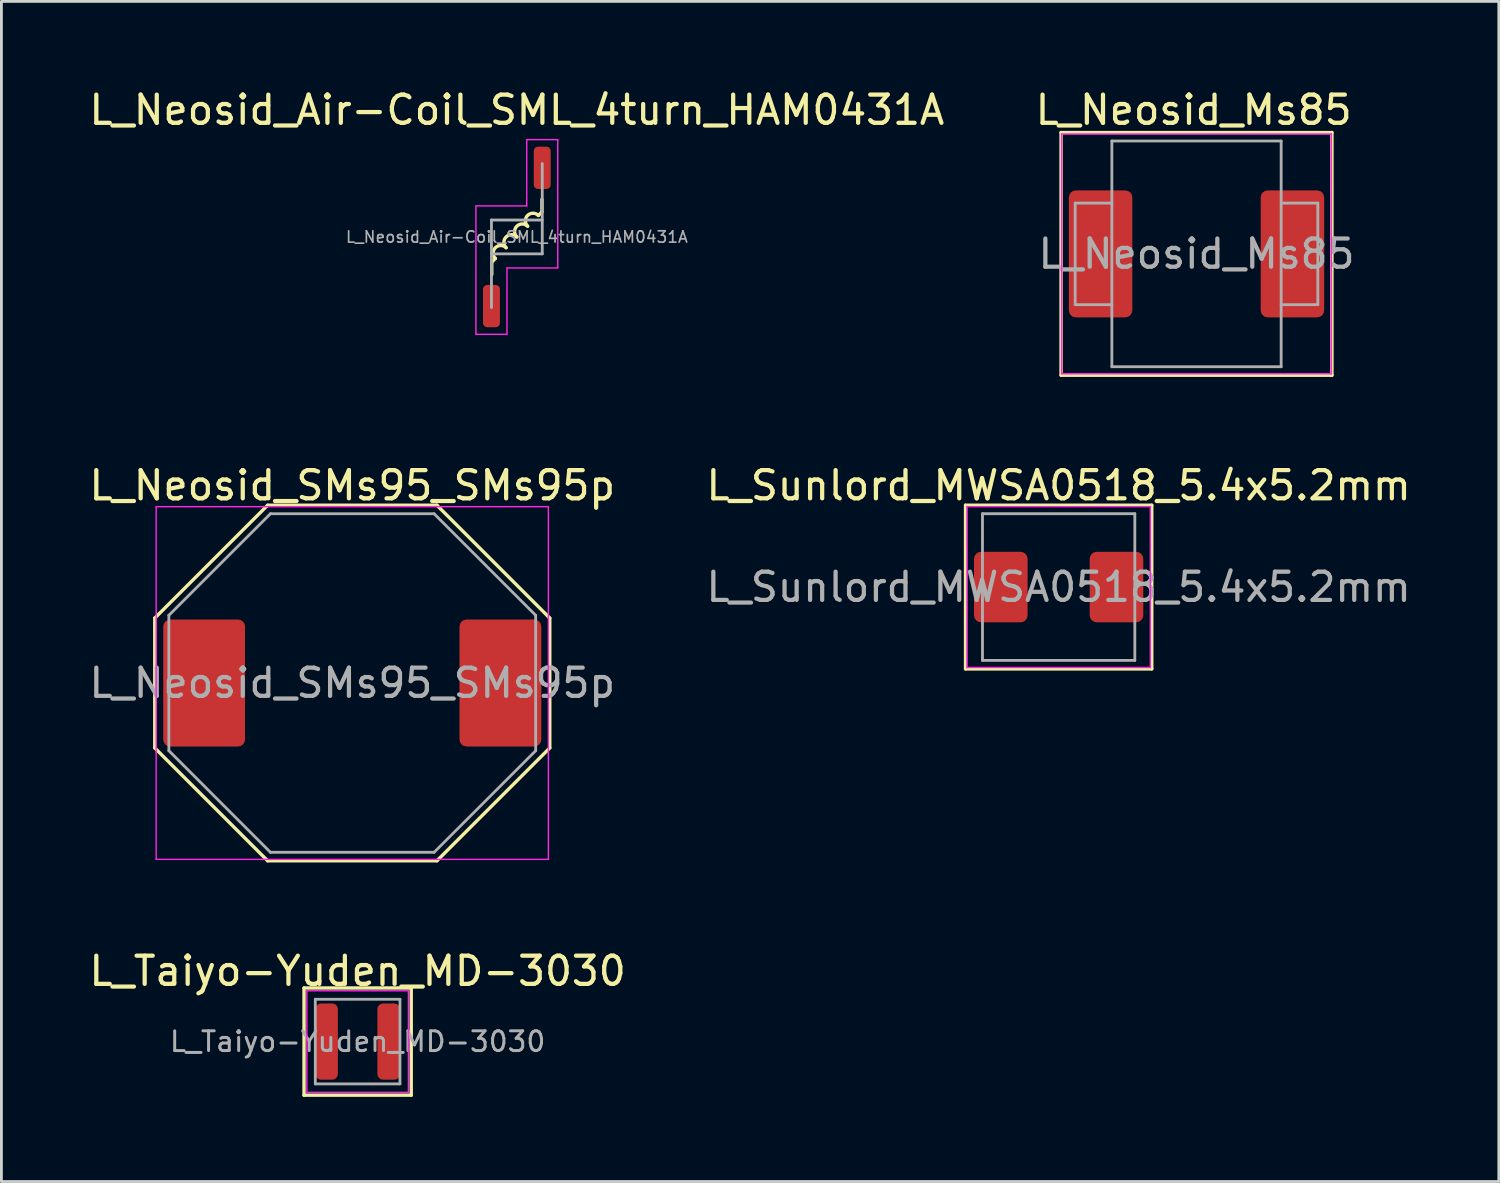
<source format=kicad_pcb>
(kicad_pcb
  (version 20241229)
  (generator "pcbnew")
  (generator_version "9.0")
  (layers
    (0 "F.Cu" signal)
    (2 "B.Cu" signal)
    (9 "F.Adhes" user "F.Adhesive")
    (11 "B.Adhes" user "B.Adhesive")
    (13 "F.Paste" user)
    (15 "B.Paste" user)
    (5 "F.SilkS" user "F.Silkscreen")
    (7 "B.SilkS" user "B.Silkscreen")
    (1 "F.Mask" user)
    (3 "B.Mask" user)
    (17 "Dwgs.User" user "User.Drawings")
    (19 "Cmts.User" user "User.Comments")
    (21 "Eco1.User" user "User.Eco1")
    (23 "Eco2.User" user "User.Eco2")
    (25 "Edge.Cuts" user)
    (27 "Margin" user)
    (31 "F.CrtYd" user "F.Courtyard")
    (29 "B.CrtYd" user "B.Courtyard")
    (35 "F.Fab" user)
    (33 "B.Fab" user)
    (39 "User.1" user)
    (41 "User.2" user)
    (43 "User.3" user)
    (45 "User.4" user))
  (footprint "L_Sunlord_MWSA0518_5.4x5.2mm"
    (layer "F.Cu")
    (at 34.47 17.756)
    (property "Reference" "L_Sunlord_MWSA0518_5.4x5.2mm" (at 0 -3.6 0) (layer "F.SilkS") (effects (font (size 1 1) (thickness 0.15))))
    (attr smd)
    (fp_line (start -3.3 -2.9) (end -3.3 2.9) (stroke (width 0.12) (type solid)) (layer "F.SilkS"))
    (fp_line (start -3.3 2.9) (end 3.3 2.9) (stroke (width 0.12) (type solid)) (layer "F.SilkS"))
    (fp_line (start 3.3 -2.9) (end -3.3 -2.9) (stroke (width 0.12) (type solid)) (layer "F.SilkS"))
    (fp_line (start 3.3 2.9) (end 3.3 -2.9) (stroke (width 0.12) (type solid)) (layer "F.SilkS"))
    (fp_line (start -3.25 -2.85) (end 3.25 -2.85) (stroke (width 0.05) (type solid)) (layer "F.CrtYd"))
    (fp_line (start -3.25 2.85) (end -3.25 -2.85) (stroke (width 0.05) (type solid)) (layer "F.CrtYd"))
    (fp_line (start 3.25 -2.85) (end 3.25 2.85) (stroke (width 0.05) (type solid)) (layer "F.CrtYd"))
    (fp_line (start 3.25 2.85) (end -3.25 2.85) (stroke (width 0.05) (type solid)) (layer "F.CrtYd"))
    (fp_line (start -2.7 -2.6) (end 2.7 -2.6) (stroke (width 0.1) (type solid)) (layer "F.Fab"))
    (fp_line (start -2.7 2.6) (end -2.7 -2.6) (stroke (width 0.1) (type solid)) (layer "F.Fab"))
    (fp_line (start 2.7 -2.6) (end 2.7 2.6) (stroke (width 0.1) (type solid)) (layer "F.Fab"))
    (fp_line (start 2.7 2.6) (end -2.7 2.6) (stroke (width 0.1) (type solid)) (layer "F.Fab"))
    (fp_text user "${REFERENCE}" (at 0 0 0) (layer "F.Fab") (effects (font (size 1 1) (thickness 0.15))))
    (pad "1" smd roundrect (at -2.05 0) (size 1.9 2.5) (layers "F.Cu" "F.Mask" "F.Paste") (roundrect_rratio 0.132))
    (pad "2" smd roundrect (at 2.05 0) (size 1.9 2.5) (layers "F.Cu" "F.Mask" "F.Paste") (roundrect_rratio 0.132)))
  (footprint "L_Neosid_Air-Coil_SML_4turn_HAM0431A"
    (layer "F.Cu")
    (at 15.268 5.348)
    (property "Reference" "L_Neosid_Air-Coil_SML_4turn_HAM0431A" (at 0 -4.5 0) (layer "F.SilkS") (effects (font (size 1 1) (thickness 0.15))))
    (attr smd)
    (fp_line (start -0.889 0.889) (end -0.762 0.762) (stroke (width 0.12) (type solid)) (layer "F.SilkS"))
    (fp_line (start -0.889 1.333) (end -0.889 0.889) (stroke (width 0.12) (type solid)) (layer "F.SilkS"))
    (fp_line (start 0.762 -0.762) (end 0.889 -0.889) (stroke (width 0.12) (type solid)) (layer "F.SilkS"))
    (fp_line (start 0.889 -0.889) (end 0.889 -1.333) (stroke (width 0.12) (type solid)) (layer "F.SilkS"))
    (fp_arc (start -0.761996 0.761996) (mid -0.761996 0.380998) (end -0.380998 0.380998) (stroke (width 0.12) (type solid)) (layer "F.SilkS"))
    (fp_arc (start -0.380998 0.380998) (mid -0.380998 0) (end 0 0) (stroke (width 0.12) (type solid)) (layer "F.SilkS"))
    (fp_arc (start 0.000002 -0.000002) (mid 0.000002 -0.381) (end 0.381 -0.381) (stroke (width 0.12) (type solid)) (layer "F.SilkS"))
    (fp_arc (start 0.381002 -0.381002) (mid 0.381002 -0.762) (end 0.762 -0.762) (stroke (width 0.12) (type solid)) (layer "F.SilkS"))
    (fp_line (start -1.45 -1.1) (end -1.45 3.45) (stroke (width 0.05) (type solid)) (layer "F.CrtYd"))
    (fp_line (start -1.45 3.45) (end -0.35 3.45) (stroke (width 0.05) (type solid)) (layer "F.CrtYd"))
    (fp_line (start -0.35 1.1) (end 1.45 1.1) (stroke (width 0.05) (type solid)) (layer "F.CrtYd"))
    (fp_line (start -0.35 3.45) (end -0.35 1.1) (stroke (width 0.05) (type solid)) (layer "F.CrtYd"))
    (fp_line (start 0.35 -3.45) (end 0.35 -1.1) (stroke (width 0.05) (type solid)) (layer "F.CrtYd"))
    (fp_line (start 0.35 -1.1) (end -1.45 -1.1) (stroke (width 0.05) (type solid)) (layer "F.CrtYd"))
    (fp_line (start 1.45 -3.45) (end 0.35 -3.45) (stroke (width 0.05) (type solid)) (layer "F.CrtYd"))
    (fp_line (start 1.45 1.1) (end 1.45 -3.45) (stroke (width 0.05) (type solid)) (layer "F.CrtYd"))
    (fp_line (start -0.9 -0.6) (end 0.9 -0.6) (stroke (width 0.1) (type solid)) (layer "F.Fab"))
    (fp_line (start -0.9 2.5) (end -0.9 -0.6) (stroke (width 0.1) (type solid)) (layer "F.Fab"))
    (fp_line (start 0.9 0.6) (end -0.9 0.6) (stroke (width 0.1) (type solid)) (layer "F.Fab"))
    (fp_line (start 0.9 0.6) (end 0.9 -2.6) (stroke (width 0.1) (type solid)) (layer "F.Fab"))
    (fp_text user "${REFERENCE}" (at 0 0 0) (layer "F.Fab") (effects (font (size 0.4 0.4) (thickness 0.06))))
    (pad "1" smd roundrect (at -0.9 2.45) (size 0.6 1.5) (layers "F.Cu" "F.Mask" "F.Paste") (roundrect_rratio 0.25))
    (pad "2" smd roundrect (at 0.9 -2.45) (size 0.6 1.5) (layers "F.Cu" "F.Mask" "F.Paste") (roundrect_rratio 0.25)))
  (footprint "L_Taiyo-Yuden_MD-3030"
    (layer "F.Cu")
    (at 9.625 33.865)
    (property "Reference" "L_Taiyo-Yuden_MD-3030" (at 0 -2.5 0) (layer "F.SilkS") (effects (font (size 1 1) (thickness 0.15))))
    (attr smd)
    (fp_line (start -1.9 -1.9) (end -1.9 1.9) (stroke (width 0.12) (type solid)) (layer "F.SilkS"))
    (fp_line (start -1.9 1.9) (end 1.9 1.9) (stroke (width 0.12) (type solid)) (layer "F.SilkS"))
    (fp_line (start 1.9 -1.9) (end -1.9 -1.9) (stroke (width 0.12) (type solid)) (layer "F.SilkS"))
    (fp_line (start 1.9 1.9) (end 1.9 -1.9) (stroke (width 0.12) (type solid)) (layer "F.SilkS"))
    (fp_line (start -1.8 -1.8) (end -1.8 1.8) (stroke (width 0.05) (type solid)) (layer "F.CrtYd"))
    (fp_line (start -1.8 1.8) (end 1.8 1.8) (stroke (width 0.05) (type solid)) (layer "F.CrtYd"))
    (fp_line (start 1.8 -1.8) (end -1.8 -1.8) (stroke (width 0.05) (type solid)) (layer "F.CrtYd"))
    (fp_line (start 1.8 1.8) (end 1.8 -1.8) (stroke (width 0.05) (type solid)) (layer "F.CrtYd"))
    (fp_line (start -1.5 -1.5) (end -1.5 1.5) (stroke (width 0.1) (type solid)) (layer "F.Fab"))
    (fp_line (start -1.5 1.5) (end 1.5 1.5) (stroke (width 0.1) (type solid)) (layer "F.Fab"))
    (fp_line (start 1.5 -1.5) (end -1.5 -1.5) (stroke (width 0.1) (type solid)) (layer "F.Fab"))
    (fp_line (start 1.5 1.5) (end 1.5 -1.5) (stroke (width 0.1) (type solid)) (layer "F.Fab"))
    (fp_text user "${REFERENCE}" (at 0 0 0) (layer "F.Fab") (effects (font (size 0.7 0.7) (thickness 0.105))))
    (pad "1" smd roundrect (at -1.1 0) (size 0.8 2.7) (layers "F.Cu" "F.Mask" "F.Paste") (roundrect_rratio 0.25))
    (pad "2" smd roundrect (at 1.1 0) (size 0.8 2.7) (layers "F.Cu" "F.Mask" "F.Paste") (roundrect_rratio 0.25)))
  (footprint "L_Neosid_SMs95_SMs95p"
    (layer "F.Cu")
    (at 9.435 21.157)
    (property "Reference" "L_Neosid_SMs95_SMs95p" (at 0 -7 0) (layer "F.SilkS") (effects (font (size 1 1) (thickness 0.15))))
    (attr smd)
    (fp_line (start -7 -2.3) (end -7 2.3) (stroke (width 0.12) (type solid)) (layer "F.SilkS"))
    (fp_line (start -7 -2.3) (end -3 -6.3) (stroke (width 0.12) (type solid)) (layer "F.SilkS"))
    (fp_line (start -3 -6.3) (end 3 -6.3) (stroke (width 0.12) (type solid)) (layer "F.SilkS"))
    (fp_line (start -3 6.3) (end -7 2.3) (stroke (width 0.12) (type solid)) (layer "F.SilkS"))
    (fp_line (start 3 -6.3) (end 7 -2.3) (stroke (width 0.12) (type solid)) (layer "F.SilkS"))
    (fp_line (start 3 6.3) (end -3 6.3) (stroke (width 0.12) (type solid)) (layer "F.SilkS"))
    (fp_line (start 7 -2.3) (end 7 2.3) (stroke (width 0.12) (type solid)) (layer "F.SilkS"))
    (fp_line (start 7 2.3) (end 3 6.3) (stroke (width 0.12) (type solid)) (layer "F.SilkS"))
    (fp_line (start -6.95 -6.25) (end -6.95 6.25) (stroke (width 0.05) (type solid)) (layer "F.CrtYd"))
    (fp_line (start -6.95 -6.25) (end 6.95 -6.25) (stroke (width 0.05) (type solid)) (layer "F.CrtYd"))
    (fp_line (start 6.95 6.25) (end -6.95 6.25) (stroke (width 0.05) (type solid)) (layer "F.CrtYd"))
    (fp_line (start 6.95 6.25) (end 6.95 -6.25) (stroke (width 0.05) (type solid)) (layer "F.CrtYd"))
    (fp_line (start -6.5 -2.4) (end -6.5 2.4) (stroke (width 0.1) (type solid)) (layer "F.Fab"))
    (fp_line (start -6.5 -2.4) (end -2.9 -6) (stroke (width 0.1) (type solid)) (layer "F.Fab"))
    (fp_line (start -6.5 2.4) (end -2.9 6) (stroke (width 0.1) (type solid)) (layer "F.Fab"))
    (fp_line (start -2.9 6) (end 2.9 6) (stroke (width 0.1) (type solid)) (layer "F.Fab"))
    (fp_line (start 2.9 -6) (end -2.9 -6) (stroke (width 0.1) (type solid)) (layer "F.Fab"))
    (fp_line (start 2.9 6) (end 6.5 2.4) (stroke (width 0.1) (type solid)) (layer "F.Fab"))
    (fp_line (start 6.5 -2.4) (end 2.9 -6) (stroke (width 0.1) (type solid)) (layer "F.Fab"))
    (fp_line (start 6.5 2.4) (end 6.5 -2.4) (stroke (width 0.1) (type solid)) (layer "F.Fab"))
    (fp_text user "${REFERENCE}" (at 0 0 0) (layer "F.Fab") (effects (font (size 1 1) (thickness 0.15))))
    (pad "1" smd roundrect (at -5.25 0) (size 2.9 4.5) (layers "F.Cu" "F.Mask" "F.Paste") (roundrect_rratio 0.086))
    (pad "2" smd roundrect (at 5.25 0) (size 2.9 4.5) (layers "F.Cu" "F.Mask" "F.Paste") (roundrect_rratio 0.086)))
  (footprint "L_Neosid_Ms85"
    (layer "F.Cu")
    (at 39.356 5.948)
    (property "Reference" "L_Neosid_Ms85" (at -0.1 -5.1 0) (layer "F.SilkS") (effects (font (size 1 1) (thickness 0.15))))
    (attr smd)
    (fp_line (start -4.8 -4.3) (end -4.8 4.3) (stroke (width 0.12) (type solid)) (layer "F.SilkS"))
    (fp_line (start -4.8 4.3) (end 4.8 4.3) (stroke (width 0.12) (type solid)) (layer "F.SilkS"))
    (fp_line (start 4.8 -4.3) (end -4.8 -4.3) (stroke (width 0.12) (type solid)) (layer "F.SilkS"))
    (fp_line (start 4.8 4.3) (end 4.8 -4.3) (stroke (width 0.12) (type solid)) (layer "F.SilkS"))
    (fp_line (start -4.78 -4.25) (end -4.78 4.25) (stroke (width 0.05) (type solid)) (layer "F.CrtYd"))
    (fp_line (start -4.78 -4.25) (end 4.78 -4.25) (stroke (width 0.05) (type solid)) (layer "F.CrtYd"))
    (fp_line (start 4.78 4.25) (end -4.78 4.25) (stroke (width 0.05) (type solid)) (layer "F.CrtYd"))
    (fp_line (start 4.78 4.25) (end 4.78 -4.25) (stroke (width 0.05) (type solid)) (layer "F.CrtYd"))
    (fp_line (start -4.3 -1.8) (end -4.3 1.8) (stroke (width 0.1) (type solid)) (layer "F.Fab"))
    (fp_line (start -4.3 -1.8) (end -3 -1.8) (stroke (width 0.1) (type solid)) (layer "F.Fab"))
    (fp_line (start -4.3 1.8) (end -3 1.8) (stroke (width 0.1) (type solid)) (layer "F.Fab"))
    (fp_line (start -3 -4) (end 3 -4) (stroke (width 0.1) (type solid)) (layer "F.Fab"))
    (fp_line (start -3 4) (end -3 -4) (stroke (width 0.1) (type solid)) (layer "F.Fab"))
    (fp_line (start 3 -4) (end 3 4) (stroke (width 0.1) (type solid)) (layer "F.Fab"))
    (fp_line (start 3 1.8) (end 4.3 1.8) (stroke (width 0.1) (type solid)) (layer "F.Fab"))
    (fp_line (start 3 4) (end -3 4) (stroke (width 0.1) (type solid)) (layer "F.Fab"))
    (fp_line (start 4.3 -1.8) (end 3 -1.8) (stroke (width 0.1) (type solid)) (layer "F.Fab"))
    (fp_line (start 4.3 1.8) (end 4.3 -1.8) (stroke (width 0.1) (type solid)) (layer "F.Fab"))
    (fp_text user "${REFERENCE}" (at 0 0 0) (layer "F.Fab") (effects (font (size 1 1) (thickness 0.15))))
    (pad "1" smd roundrect (at -3.4 0) (size 2.25 4.5) (layers "F.Cu" "F.Mask" "F.Paste") (roundrect_rratio 0.111))
    (pad "2" smd roundrect (at 3.4 0) (size 2.25 4.5) (layers "F.Cu" "F.Mask" "F.Paste") (roundrect_rratio 0.111)))
  (gr_rect
    (start -3 -3)
    (end 50.071 38.825)
    (stroke (width 0.1) (type default))
    (fill no)
    (layer "Edge.Cuts")))
</source>
